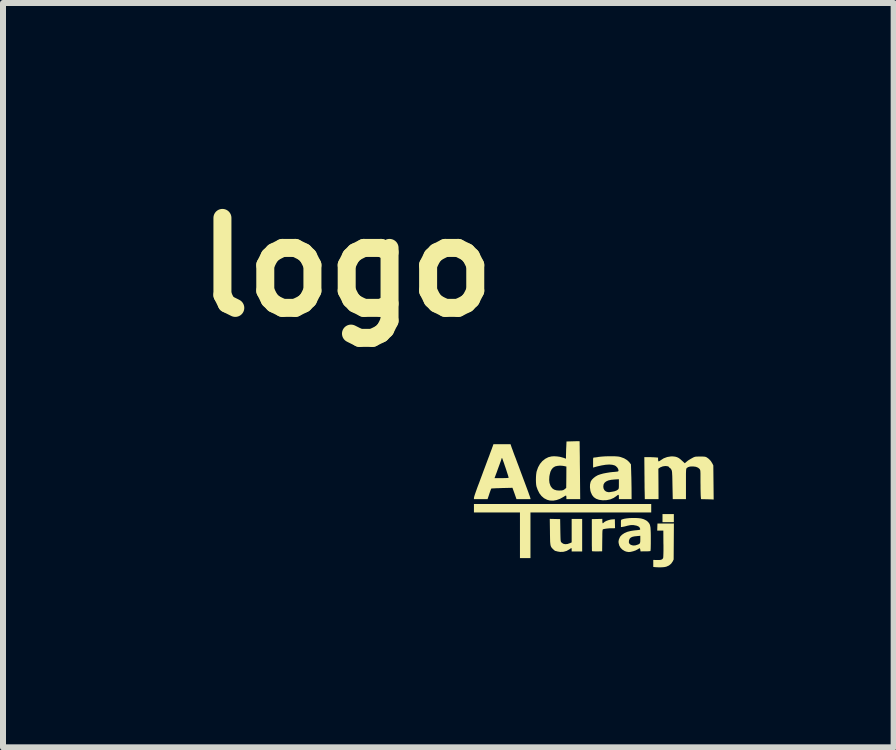
<source format=kicad_pcb>
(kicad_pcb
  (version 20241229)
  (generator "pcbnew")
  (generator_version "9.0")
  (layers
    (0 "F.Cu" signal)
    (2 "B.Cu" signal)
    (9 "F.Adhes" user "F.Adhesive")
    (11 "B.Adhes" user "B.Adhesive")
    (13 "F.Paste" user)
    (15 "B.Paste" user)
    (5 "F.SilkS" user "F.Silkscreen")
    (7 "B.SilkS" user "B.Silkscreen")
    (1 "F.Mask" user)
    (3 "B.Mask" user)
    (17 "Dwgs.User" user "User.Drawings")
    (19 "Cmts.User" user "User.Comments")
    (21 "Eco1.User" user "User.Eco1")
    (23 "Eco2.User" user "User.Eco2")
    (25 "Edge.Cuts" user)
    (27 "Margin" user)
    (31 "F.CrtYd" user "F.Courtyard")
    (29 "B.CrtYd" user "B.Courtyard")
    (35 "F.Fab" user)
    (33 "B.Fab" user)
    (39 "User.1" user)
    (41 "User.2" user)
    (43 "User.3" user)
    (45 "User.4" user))
  (footprint "logo"
    (layer "F.Cu")
    (at 6.849 5.344)
    (property "Reference" "logo" (at -4.12 -3.94 0) (layer "F.SilkS") (effects (font (size 1.5 1.5) (thickness 0.3))))
    (attr board_only exclude_from_pos_files exclude_from_bom)
    (fp_poly (pts (xy 1.333 0.242) (xy 1.333 0.31) (xy 1.239 0.31) (xy 1.144 0.31) (xy 1.144 0.242) (xy 1.144 0.175) (xy 1.239 0.175) (xy 1.333 0.175)) (stroke (width 0) (type solid)) (fill yes) (layer "F.SilkS"))
    (fp_poly (pts (xy 0.956 0.077) (xy 0.956 0.148) (xy -0.05 0.148) (xy -1.057 0.148) (xy -1.057 0.528) (xy -1.057 0.909) (xy -1.144 0.909) (xy -1.232 0.909) (xy -1.232 0.528) (xy -1.232 0.148) (xy -1.616 0.148) (xy -1.999 0.148) (xy -1.999 0.077) (xy -1.999 0.007) (xy -0.522 0.007) (xy 0.956 0.007)) (stroke (width 0) (type solid)) (fill yes) (layer "F.SilkS"))
    (fp_poly (pts (xy 1.332 0.632) (xy 1.33 0.932) (xy 1.314 0.965) (xy 1.288 1.002) (xy 1.252 1.032) (xy 1.209 1.051) (xy 1.202 1.053) (xy 1.172 1.059) (xy 1.133 1.062) (xy 1.088 1.063) (xy 1.043 1.061) (xy 1.015 1.059) (xy 0.99 1.056) (xy 0.99 0.998) (xy 0.99 0.939) (xy 1.049 0.941) (xy 1.09 0.941) (xy 1.119 0.937) (xy 1.139 0.928) (xy 1.152 0.913) (xy 1.156 0.9) (xy 1.157 0.888) (xy 1.158 0.865) (xy 1.159 0.831) (xy 1.16 0.79) (xy 1.16 0.742) (xy 1.16 0.69) (xy 1.159 0.665) (xy 1.158 0.451) (xy 1.107 0.451) (xy 1.056 0.451) (xy 1.058 0.392) (xy 1.06 0.333) (xy 1.197 0.333) (xy 1.334 0.332)) (stroke (width 0) (type solid)) (fill yes) (layer "F.SilkS"))
    (fp_poly (pts (xy 0.141 0.293) (xy 0.143 0.317) (xy 0.147 0.328) (xy 0.154 0.327) (xy 0.162 0.319) (xy 0.181 0.303) (xy 0.21 0.288) (xy 0.244 0.276) (xy 0.279 0.267) (xy 0.301 0.264) (xy 0.35 0.261) (xy 0.351 0.329) (xy 0.352 0.359) (xy 0.352 0.383) (xy 0.353 0.4) (xy 0.353 0.406) (xy 0.349 0.41) (xy 0.337 0.412) (xy 0.313 0.412) (xy 0.303 0.412) (xy 0.263 0.412) (xy 0.219 0.416) (xy 0.178 0.422) (xy 0.153 0.428) (xy 0.15 0.43) (xy 0.147 0.435) (xy 0.145 0.444) (xy 0.143 0.458) (xy 0.142 0.48) (xy 0.141 0.511) (xy 0.141 0.551) (xy 0.14 0.604) (xy 0.14 0.614) (xy 0.138 0.796) (xy 0.055 0.797) (xy 0.023 0.797) (xy -0.004 0.796) (xy -0.023 0.795) (xy -0.031 0.793) (xy -0.031 0.793) (xy -0.032 0.785) (xy -0.033 0.765) (xy -0.033 0.735) (xy -0.034 0.696) (xy -0.034 0.649) (xy -0.034 0.597) (xy -0.034 0.539) (xy -0.034 0.523) (xy -0.034 0.259) (xy 0.053 0.257) (xy 0.141 0.255)) (stroke (width 0) (type solid)) (fill yes) (layer "F.SilkS"))
    (fp_poly (pts (xy -0.648 0.257) (xy -0.562 0.259) (xy -0.559 0.445) (xy -0.558 0.5) (xy -0.557 0.543) (xy -0.556 0.576) (xy -0.555 0.6) (xy -0.553 0.618) (xy -0.551 0.629) (xy -0.548 0.637) (xy -0.544 0.643) (xy -0.54 0.649) (xy -0.539 0.649) (xy -0.512 0.669) (xy -0.479 0.677) (xy -0.44 0.674) (xy -0.399 0.66) (xy -0.37 0.647) (xy -0.37 0.451) (xy -0.37 0.256) (xy -0.283 0.256) (xy -0.195 0.256) (xy -0.195 0.527) (xy -0.195 0.798) (xy -0.283 0.798) (xy -0.37 0.798) (xy -0.37 0.769) (xy -0.371 0.752) (xy -0.373 0.742) (xy -0.374 0.741) (xy -0.381 0.744) (xy -0.395 0.753) (xy -0.405 0.761) (xy -0.454 0.789) (xy -0.507 0.804) (xy -0.562 0.806) (xy -0.609 0.798) (xy -0.629 0.792) (xy -0.643 0.789) (xy -0.647 0.788) (xy -0.654 0.783) (xy -0.667 0.772) (xy -0.679 0.761) (xy -0.692 0.748) (xy -0.703 0.736) (xy -0.711 0.723) (xy -0.718 0.709) (xy -0.723 0.69) (xy -0.726 0.667) (xy -0.729 0.637) (xy -0.73 0.598) (xy -0.731 0.55) (xy -0.732 0.49) (xy -0.732 0.469) (xy -0.735 0.255)) (stroke (width 0) (type solid)) (fill yes) (layer "F.SilkS"))
    (fp_poly (pts (xy -0.238 -1.04) (xy -0.238 -1.034) (xy -0.237 -1.015) (xy -0.237 -0.984) (xy -0.236 -0.944) (xy -0.236 -0.894) (xy -0.235 -0.836) (xy -0.234 -0.771) (xy -0.234 -0.7) (xy -0.233 -0.624) (xy -0.232 -0.557) (xy -0.228 -0.074) (xy -0.343 -0.074) (xy -0.458 -0.074) (xy -0.458 -0.104) (xy -0.459 -0.122) (xy -0.463 -0.133) (xy -0.465 -0.135) (xy -0.473 -0.131) (xy -0.49 -0.122) (xy -0.507 -0.111) (xy -0.563 -0.08) (xy -0.621 -0.059) (xy -0.678 -0.049) (xy -0.733 -0.051) (xy -0.779 -0.063) (xy -0.83 -0.089) (xy -0.873 -0.126) (xy -0.909 -0.173) (xy -0.938 -0.232) (xy -0.957 -0.286) (xy -0.962 -0.315) (xy -0.965 -0.353) (xy -0.966 -0.394) (xy -0.745 -0.394) (xy -0.74 -0.345) (xy -0.725 -0.301) (xy -0.717 -0.285) (xy -0.693 -0.254) (xy -0.663 -0.233) (xy -0.624 -0.221) (xy -0.577 -0.217) (xy -0.564 -0.218) (xy -0.536 -0.219) (xy -0.517 -0.223) (xy -0.502 -0.229) (xy -0.488 -0.239) (xy -0.486 -0.24) (xy -0.461 -0.261) (xy -0.459 -0.439) (xy -0.458 -0.617) (xy -0.498 -0.626) (xy -0.534 -0.631) (xy -0.573 -0.632) (xy -0.61 -0.628) (xy -0.641 -0.621) (xy -0.652 -0.616) (xy -0.683 -0.596) (xy -0.706 -0.567) (xy -0.724 -0.531) (xy -0.736 -0.483) (xy -0.742 -0.451) (xy -0.745 -0.394) (xy -0.966 -0.394) (xy -0.966 -0.397) (xy -0.965 -0.442) (xy -0.962 -0.484) (xy -0.957 -0.521) (xy -0.953 -0.539) (xy -0.93 -0.604) (xy -0.898 -0.661) (xy -0.858 -0.709) (xy -0.811 -0.746) (xy -0.759 -0.773) (xy -0.706 -0.786) (xy -0.664 -0.789) (xy -0.614 -0.786) (xy -0.564 -0.779) (xy -0.517 -0.766) (xy -0.512 -0.765) (xy -0.465 -0.748) (xy -0.465 -0.8) (xy -0.464 -0.828) (xy -0.463 -0.864) (xy -0.462 -0.905) (xy -0.46 -0.944) (xy -0.456 -1.035) (xy -0.347 -1.038) (xy -0.311 -1.039) (xy -0.279 -1.04) (xy -0.255 -1.04) (xy -0.241 -1.04)) (stroke (width 0) (type solid)) (fill yes) (layer "F.SilkS"))
    (fp_poly (pts (xy -1.382 -0.968) (xy -1.38 -0.963) (xy -1.378 -0.957) (xy -1.376 -0.95) (xy -1.373 -0.942) (xy -1.369 -0.93) (xy -1.363 -0.914) (xy -1.355 -0.894) (xy -1.346 -0.868) (xy -1.334 -0.835) (xy -1.319 -0.795) (xy -1.3 -0.747) (xy -1.279 -0.689) (xy -1.253 -0.621) (xy -1.224 -0.542) (xy -1.199 -0.475) (xy -1.174 -0.408) (xy -1.15 -0.344) (xy -1.128 -0.285) (xy -1.108 -0.231) (xy -1.091 -0.185) (xy -1.078 -0.147) (xy -1.067 -0.118) (xy -1.061 -0.099) (xy -1.059 -0.093) (xy -1.055 -0.074) (xy -1.173 -0.074) (xy -1.29 -0.074) (xy -1.323 -0.169) (xy -1.357 -0.263) (xy -1.532 -0.259) (xy -1.579 -0.257) (xy -1.621 -0.256) (xy -1.658 -0.254) (xy -1.686 -0.253) (xy -1.704 -0.251) (xy -1.711 -0.25) (xy -1.714 -0.242) (xy -1.721 -0.224) (xy -1.73 -0.199) (xy -1.741 -0.168) (xy -1.743 -0.16) (xy -1.772 -0.074) (xy -1.886 -0.074) (xy -1.999 -0.074) (xy -1.999 -0.094) (xy -1.997 -0.106) (xy -1.991 -0.128) (xy -1.981 -0.159) (xy -1.968 -0.196) (xy -1.953 -0.238) (xy -1.945 -0.261) (xy -1.928 -0.306) (xy -1.911 -0.35) (xy -1.896 -0.391) (xy -1.884 -0.424) (xy -1.656 -0.424) (xy -1.538 -0.424) (xy -1.489 -0.425) (xy -1.453 -0.426) (xy -1.431 -0.428) (xy -1.421 -0.43) (xy -1.42 -0.431) (xy -1.423 -0.44) (xy -1.428 -0.46) (xy -1.437 -0.488) (xy -1.448 -0.522) (xy -1.46 -0.56) (xy -1.473 -0.599) (xy -1.487 -0.639) (xy -1.499 -0.676) (xy -1.511 -0.708) (xy -1.52 -0.734) (xy -1.526 -0.751) (xy -1.529 -0.757) (xy -1.534 -0.761) (xy -1.535 -0.759) (xy -1.537 -0.752) (xy -1.543 -0.734) (xy -1.551 -0.71) (xy -1.559 -0.689) (xy -1.571 -0.655) (xy -1.584 -0.62) (xy -1.595 -0.59) (xy -1.599 -0.579) (xy -1.609 -0.551) (xy -1.621 -0.517) (xy -1.634 -0.484) (xy -1.635 -0.48) (xy -1.656 -0.424) (xy -1.884 -0.424) (xy -1.883 -0.425) (xy -1.874 -0.451) (xy -1.871 -0.458) (xy -1.864 -0.477) (xy -1.853 -0.507) (xy -1.839 -0.545) (xy -1.822 -0.59) (xy -1.804 -0.638) (xy -1.785 -0.689) (xy -1.781 -0.7) (xy -1.762 -0.751) (xy -1.743 -0.8) (xy -1.727 -0.845) (xy -1.712 -0.885) (xy -1.7 -0.916) (xy -1.693 -0.938) (xy -1.691 -0.941) (xy -1.674 -0.99) (xy -1.531 -0.99) (xy -1.389 -0.99)) (stroke (width 0) (type solid)) (fill yes) (layer "F.SilkS"))
    (fp_poly (pts (xy 0.697 0.24) (xy 0.745 0.243) (xy 0.786 0.248) (xy 0.819 0.257) (xy 0.826 0.259) (xy 0.853 0.271) (xy 0.871 0.281) (xy 0.884 0.289) (xy 0.896 0.3) (xy 0.905 0.309) (xy 0.916 0.322) (xy 0.926 0.337) (xy 0.934 0.354) (xy 0.939 0.375) (xy 0.944 0.402) (xy 0.946 0.437) (xy 0.948 0.48) (xy 0.949 0.533) (xy 0.949 0.599) (xy 0.949 0.6) (xy 0.949 0.665) (xy 0.948 0.716) (xy 0.947 0.754) (xy 0.945 0.779) (xy 0.943 0.79) (xy 0.942 0.791) (xy 0.933 0.793) (xy 0.913 0.795) (xy 0.886 0.796) (xy 0.856 0.796) (xy 0.778 0.797) (xy 0.774 0.77) (xy 0.771 0.754) (xy 0.766 0.745) (xy 0.764 0.744) (xy 0.755 0.748) (xy 0.739 0.757) (xy 0.73 0.763) (xy 0.696 0.781) (xy 0.655 0.795) (xy 0.613 0.805) (xy 0.582 0.808) (xy 0.544 0.802) (xy 0.515 0.792) (xy 0.476 0.768) (xy 0.445 0.737) (xy 0.424 0.701) (xy 0.421 0.69) (xy 0.413 0.659) (xy 0.412 0.648) (xy 0.583 0.648) (xy 0.594 0.671) (xy 0.616 0.688) (xy 0.622 0.69) (xy 0.654 0.699) (xy 0.691 0.697) (xy 0.718 0.689) (xy 0.743 0.68) (xy 0.759 0.671) (xy 0.768 0.658) (xy 0.773 0.638) (xy 0.774 0.609) (xy 0.774 0.597) (xy 0.774 0.537) (xy 0.719 0.542) (xy 0.673 0.547) (xy 0.64 0.555) (xy 0.616 0.567) (xy 0.599 0.583) (xy 0.588 0.606) (xy 0.585 0.62) (xy 0.583 0.648) (xy 0.412 0.648) (xy 0.411 0.632) (xy 0.416 0.603) (xy 0.421 0.589) (xy 0.438 0.552) (xy 0.468 0.52) (xy 0.508 0.493) (xy 0.558 0.471) (xy 0.617 0.456) (xy 0.671 0.448) (xy 0.711 0.444) (xy 0.739 0.441) (xy 0.757 0.439) (xy 0.767 0.435) (xy 0.772 0.431) (xy 0.772 0.425) (xy 0.771 0.419) (xy 0.761 0.397) (xy 0.743 0.381) (xy 0.714 0.369) (xy 0.706 0.367) (xy 0.658 0.358) (xy 0.61 0.359) (xy 0.556 0.37) (xy 0.552 0.371) (xy 0.524 0.379) (xy 0.497 0.385) (xy 0.477 0.388) (xy 0.476 0.389) (xy 0.451 0.392) (xy 0.451 0.331) (xy 0.451 0.303) (xy 0.452 0.284) (xy 0.455 0.274) (xy 0.46 0.268) (xy 0.468 0.264) (xy 0.47 0.264) (xy 0.503 0.254) (xy 0.545 0.247) (xy 0.594 0.242) (xy 0.645 0.24)) (stroke (width 0) (type solid)) (fill yes) (layer "F.SilkS"))
    (fp_poly (pts (xy 0.319 -0.789) (xy 0.355 -0.788) (xy 0.384 -0.786) (xy 0.407 -0.784) (xy 0.429 -0.78) (xy 0.448 -0.775) (xy 0.503 -0.755) (xy 0.55 -0.727) (xy 0.589 -0.692) (xy 0.596 -0.682) (xy 0.618 -0.654) (xy 0.622 -0.531) (xy 0.623 -0.486) (xy 0.625 -0.432) (xy 0.626 -0.373) (xy 0.627 -0.313) (xy 0.628 -0.256) (xy 0.628 -0.241) (xy 0.629 -0.074) (xy 0.523 -0.074) (xy 0.417 -0.074) (xy 0.417 -0.111) (xy 0.416 -0.135) (xy 0.412 -0.146) (xy 0.402 -0.145) (xy 0.385 -0.133) (xy 0.38 -0.128) (xy 0.33 -0.094) (xy 0.274 -0.07) (xy 0.212 -0.057) (xy 0.146 -0.055) (xy 0.086 -0.063) (xy 0.038 -0.08) (xy -0.000286 -0.106) (xy -0.03 -0.143) (xy -0.051 -0.19) (xy -0.058 -0.215) (xy -0.065 -0.268) (xy -0.065 -0.279) (xy 0.157 -0.279) (xy 0.163 -0.247) (xy 0.178 -0.221) (xy 0.201 -0.202) (xy 0.217 -0.196) (xy 0.235 -0.192) (xy 0.246 -0.19) (xy 0.248 -0.189) (xy 0.255 -0.19) (xy 0.272 -0.192) (xy 0.295 -0.196) (xy 0.297 -0.196) (xy 0.344 -0.205) (xy 0.378 -0.218) (xy 0.402 -0.234) (xy 0.404 -0.236) (xy 0.41 -0.243) (xy 0.414 -0.253) (xy 0.416 -0.268) (xy 0.417 -0.29) (xy 0.417 -0.324) (xy 0.417 -0.328) (xy 0.417 -0.406) (xy 0.348 -0.402) (xy 0.287 -0.396) (xy 0.239 -0.385) (xy 0.203 -0.368) (xy 0.177 -0.346) (xy 0.162 -0.319) (xy 0.161 -0.315) (xy 0.157 -0.279) (xy -0.065 -0.279) (xy -0.064 -0.317) (xy -0.055 -0.359) (xy -0.048 -0.375) (xy -0.031 -0.4) (xy -0.005 -0.426) (xy 0.026 -0.45) (xy 0.059 -0.469) (xy 0.066 -0.473) (xy 0.106 -0.487) (xy 0.156 -0.501) (xy 0.214 -0.512) (xy 0.276 -0.522) (xy 0.315 -0.526) (xy 0.353 -0.529) (xy 0.379 -0.532) (xy 0.396 -0.534) (xy 0.405 -0.538) (xy 0.409 -0.542) (xy 0.411 -0.547) (xy 0.411 -0.55) (xy 0.405 -0.577) (xy 0.388 -0.604) (xy 0.364 -0.626) (xy 0.344 -0.637) (xy 0.305 -0.647) (xy 0.256 -0.651) (xy 0.197 -0.647) (xy 0.129 -0.636) (xy 0.054 -0.619) (xy 0.043 -0.616) (xy -0.013 -0.6) (xy -0.013 -0.684) (xy -0.013 -0.718) (xy -0.013 -0.742) (xy -0.011 -0.756) (xy -0.008 -0.764) (xy -0.004 -0.766) (xy -0.002 -0.767) (xy 0.01 -0.768) (xy 0.031 -0.77) (xy 0.059 -0.774) (xy 0.081 -0.778) (xy 0.127 -0.783) (xy 0.184 -0.787) (xy 0.249 -0.789) (xy 0.273 -0.789)) (stroke (width 0) (type solid)) (fill yes) (layer "F.SilkS"))
    (fp_poly (pts (xy 1.319 -0.786) (xy 1.356 -0.782) (xy 1.387 -0.773) (xy 1.417 -0.758) (xy 1.448 -0.734) (xy 1.472 -0.712) (xy 1.516 -0.672) (xy 1.537 -0.691) (xy 1.57 -0.718) (xy 1.614 -0.745) (xy 1.65 -0.765) (xy 1.666 -0.773) (xy 1.68 -0.778) (xy 1.696 -0.782) (xy 1.716 -0.783) (xy 1.745 -0.784) (xy 1.771 -0.784) (xy 1.807 -0.784) (xy 1.833 -0.783) (xy 1.852 -0.781) (xy 1.866 -0.777) (xy 1.879 -0.771) (xy 1.882 -0.77) (xy 1.917 -0.744) (xy 1.95 -0.709) (xy 1.974 -0.67) (xy 1.991 -0.636) (xy 1.994 -0.352) (xy 1.997 -0.067) (xy 1.983 -0.069) (xy 1.971 -0.069) (xy 1.949 -0.07) (xy 1.919 -0.071) (xy 1.885 -0.072) (xy 1.878 -0.072) (xy 1.786 -0.074) (xy 1.782 -0.12) (xy 1.781 -0.138) (xy 1.78 -0.168) (xy 1.779 -0.207) (xy 1.778 -0.253) (xy 1.778 -0.303) (xy 1.777 -0.355) (xy 1.777 -0.361) (xy 1.777 -0.417) (xy 1.777 -0.462) (xy 1.777 -0.497) (xy 1.776 -0.522) (xy 1.775 -0.541) (xy 1.773 -0.554) (xy 1.77 -0.563) (xy 1.767 -0.569) (xy 1.763 -0.575) (xy 1.763 -0.576) (xy 1.737 -0.598) (xy 1.701 -0.613) (xy 1.655 -0.619) (xy 1.643 -0.619) (xy 1.602 -0.617) (xy 1.572 -0.608) (xy 1.55 -0.594) (xy 1.543 -0.585) (xy 1.541 -0.58) (xy 1.539 -0.569) (xy 1.537 -0.553) (xy 1.536 -0.53) (xy 1.535 -0.498) (xy 1.535 -0.458) (xy 1.535 -0.406) (xy 1.535 -0.343) (xy 1.535 -0.323) (xy 1.535 -0.074) (xy 1.425 -0.074) (xy 1.315 -0.074) (xy 1.31 -0.307) (xy 1.309 -0.37) (xy 1.308 -0.42) (xy 1.307 -0.46) (xy 1.305 -0.491) (xy 1.304 -0.515) (xy 1.302 -0.532) (xy 1.3 -0.544) (xy 1.297 -0.554) (xy 1.294 -0.562) (xy 1.291 -0.567) (xy 1.28 -0.583) (xy 1.268 -0.595) (xy 1.264 -0.596) (xy 1.254 -0.603) (xy 1.252 -0.609) (xy 1.246 -0.616) (xy 1.229 -0.622) (xy 1.205 -0.625) (xy 1.189 -0.626) (xy 1.149 -0.62) (xy 1.11 -0.605) (xy 1.097 -0.597) (xy 1.075 -0.582) (xy 1.077 -0.328) (xy 1.078 -0.074) (xy 0.963 -0.074) (xy 0.849 -0.074) (xy 0.847 -0.187) (xy 0.846 -0.222) (xy 0.845 -0.267) (xy 0.845 -0.321) (xy 0.844 -0.38) (xy 0.844 -0.443) (xy 0.843 -0.505) (xy 0.843 -0.537) (xy 0.841 -0.774) (xy 0.91 -0.774) (xy 0.946 -0.774) (xy 0.983 -0.772) (xy 1.014 -0.771) (xy 1.025 -0.77) (xy 1.07 -0.766) (xy 1.07 -0.737) (xy 1.072 -0.718) (xy 1.076 -0.705) (xy 1.077 -0.703) (xy 1.086 -0.705) (xy 1.101 -0.713) (xy 1.109 -0.719) (xy 1.163 -0.754) (xy 1.222 -0.776) (xy 1.284 -0.786)) (stroke (width 0) (type solid)) (fill yes) (layer "F.SilkS")))
  (gr_rect
    (start -3 -3)
    (end 11.846 9.407)
    (stroke (width 0.1) (type default))
    (fill no)
    (layer "Edge.Cuts")))
</source>
